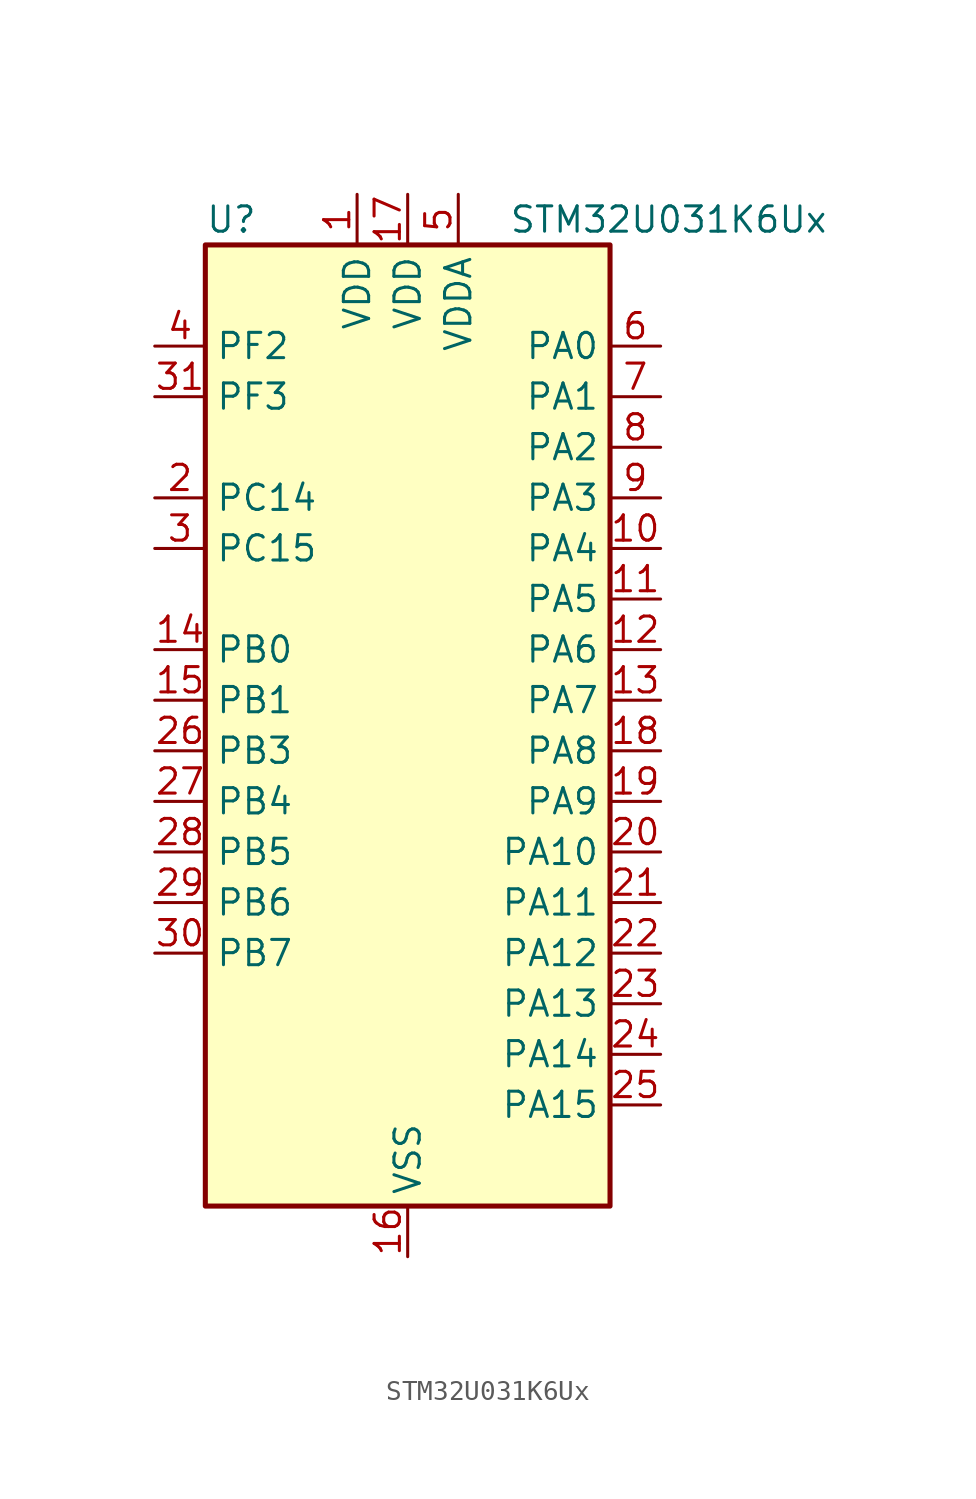
<source format=kicad_sym>
(kicad_symbol_lib
  (version 20241209)
  (generator "kicad_symbol_editor")
  (generator_version "9.0")
  (symbol "STM32U031K6Ux"
    (property "Reference" "U"
      (at -10.16 26.67 0)
      (effects (font (size 1.27 1.27)) (justify left)))
    (property "Value" "STM32U031K6Ux"
      (at 5.08 26.67 0)
      (effects (font (size 1.27 1.27)) (justify left)))
    (symbol "STM32U031K6Ux_0_1"
      (rectangle (start -10.16 -22.86) (end 10.16 25.4) (stroke (width 0.254) (type default)) (fill (type background))))
    (symbol "STM32U031K6Ux_1_1"
      (pin bidirectional line (at -12.7 20.32 0) (length 2.54) (name "PF2" (effects (font (size 1.27 1.27)))) (number "4" (effects (font (size 1.27 1.27)))) (alternate "RCC_MCO" bidirectional line))
      (pin bidirectional line (at -12.7 17.78 0) (length 2.54) (name "PF3" (effects (font (size 1.27 1.27)))) (number "31" (effects (font (size 1.27 1.27)))))
      (pin bidirectional line (at -12.7 12.7 0) (length 2.54) (name "PC14" (effects (font (size 1.27 1.27)))) (number "2" (effects (font (size 1.27 1.27)))) (alternate "RCC_OSC32_IN" bidirectional line))
      (pin bidirectional line (at -12.7 10.16 0) (length 2.54) (name "PC15" (effects (font (size 1.27 1.27)))) (number "3" (effects (font (size 1.27 1.27)))) (alternate "RCC_OSC32_EN" bidirectional line) (alternate "RCC_OSC32_OUT" bidirectional line) (alternate "RCC_OSC_EN" bidirectional line))
      (pin bidirectional line (at -12.7 5.08 0) (length 2.54) (name "PB0" (effects (font (size 1.27 1.27)))) (number "14" (effects (font (size 1.27 1.27)))) (alternate "ADC1_IN17" bidirectional line) (alternate "COMP1_OUT" bidirectional line) (alternate "LPUART2_CTS" bidirectional line) (alternate "SPI1_NSS" bidirectional line) (alternate "TIM1_CH2N" bidirectional line) (alternate "TIM3_CH3" bidirectional line) (alternate "TSC_G5_IO2" bidirectional line) (alternate "USART3_CK" bidirectional line))
      (pin bidirectional line (at -12.7 2.54 0) (length 2.54) (name "PB1" (effects (font (size 1.27 1.27)))) (number "15" (effects (font (size 1.27 1.27)))) (alternate "ADC1_IN18" bidirectional line) (alternate "COMP1_INM" bidirectional line) (alternate "LPTIM2_IN1" bidirectional line) (alternate "LPUART1_DE" bidirectional line) (alternate "LPUART1_RTS" bidirectional line) (alternate "LPUART2_DE" bidirectional line) (alternate "LPUART2_RTS" bidirectional line) (alternate "TIM1_CH3N" bidirectional line) (alternate "TIM3_CH4" bidirectional line) (alternate "TSC_SYNC" bidirectional line) (alternate "USART3_DE" bidirectional line) (alternate "USART3_RTS" bidirectional line))
      (pin bidirectional line (at -12.7 0 0) (length 2.54) (name "PB3" (effects (font (size 1.27 1.27)))) (number "26" (effects (font (size 1.27 1.27)))) (alternate "DEBUG_JTDO-SWO" bidirectional line) (alternate "I2C2_SCL" bidirectional line) (alternate "I2C3_SCL" bidirectional line) (alternate "LPTIM1_CH3" bidirectional line) (alternate "SPI1_SCK" bidirectional line) (alternate "TIM2_CH2" bidirectional line) (alternate "USART1_DE" bidirectional line) (alternate "USART1_RTS" bidirectional line))
      (pin bidirectional line (at -12.7 -2.54 0) (length 2.54) (name "PB4" (effects (font (size 1.27 1.27)))) (number "27" (effects (font (size 1.27 1.27)))) (alternate "I2C2_SDA" bidirectional line) (alternate "I2C3_SDA" bidirectional line) (alternate "LPTIM1_CH4" bidirectional line) (alternate "SPI1_MISO" bidirectional line) (alternate "TIM3_CH1" bidirectional line) (alternate "TSC_G2_IO1" bidirectional line) (alternate "USART1_CTS" bidirectional line))
      (pin bidirectional line (at -12.7 -5.08 0) (length 2.54) (name "PB5" (effects (font (size 1.27 1.27)))) (number "28" (effects (font (size 1.27 1.27)))) (alternate "LPTIM1_IN1" bidirectional line) (alternate "SPI1_MOSI" bidirectional line) (alternate "TIM16_BKIN" bidirectional line) (alternate "TIM3_CH2" bidirectional line) (alternate "TSC_G2_IO2" bidirectional line) (alternate "USART1_CK" bidirectional line))
      (pin bidirectional line (at -12.7 -7.62 0) (length 2.54) (name "PB6" (effects (font (size 1.27 1.27)))) (number "29" (effects (font (size 1.27 1.27)))) (alternate "I2C1_SCL" bidirectional line) (alternate "I2C2_SCL" bidirectional line) (alternate "LPTIM1_ETR" bidirectional line) (alternate "LPUART2_TX" bidirectional line) (alternate "TIM16_CH1N" bidirectional line) (alternate "TSC_G2_IO3" bidirectional line) (alternate "USART1_TX" bidirectional line))
      (pin bidirectional line (at -12.7 -10.16 0) (length 2.54) (name "PB7" (effects (font (size 1.27 1.27)))) (number "30" (effects (font (size 1.27 1.27)))) (alternate "I2C1_SDA" bidirectional line) (alternate "I2C2_SDA" bidirectional line) (alternate "LPTIM1_IN2" bidirectional line) (alternate "LPUART2_RX" bidirectional line) (alternate "TSC_G2_IO4" bidirectional line) (alternate "USART1_RX" bidirectional line) (alternate "USART4_CTS" bidirectional line))
      (pin power_in line (at -2.54 27.94 270) (length 2.54) (name "VDD" (effects (font (size 1.27 1.27)))) (number "1" (effects (font (size 1.27 1.27)))))
      (pin power_in line (at 0 27.94 270) (length 2.54) (name "VDD" (effects (font (size 1.27 1.27)))) (number "17" (effects (font (size 1.27 1.27)))))
      (pin power_in line (at 0 -25.4 90) (length 2.54) (name "VSS" (effects (font (size 1.27 1.27)))) (number "16" (effects (font (size 1.27 1.27)))))
      (pin passive line (at 0 -25.4 90) (length 2.54) (hide yes) (name "VSS" (effects (font (size 1.27 1.27)))) (number "32" (effects (font (size 1.27 1.27)))))
      (pin passive line (at 0 -25.4 90) (length 2.54) (hide yes) (name "VSS" (effects (font (size 1.27 1.27)))) (number "33" (effects (font (size 1.27 1.27)))))
      (pin power_in line (at 2.54 27.94 270) (length 2.54) (name "VDDA" (effects (font (size 1.27 1.27)))) (number "5" (effects (font (size 1.27 1.27)))))
      (pin bidirectional line (at 12.7 20.32 180) (length 2.54) (name "PA0" (effects (font (size 1.27 1.27)))) (number "6" (effects (font (size 1.27 1.27)))) (alternate "ADC1_IN4" bidirectional line) (alternate "COMP1_INM" bidirectional line) (alternate "COMP1_OUT" bidirectional line) (alternate "OPAMP1_VINP" bidirectional line) (alternate "PWR_WKUP1" bidirectional line) (alternate "TAMP_IN2" bidirectional line) (alternate "TIM2_CH1" bidirectional line) (alternate "TIM2_ETR" bidirectional line) (alternate "USART2_CTS" bidirectional line) (alternate "USART4_TX" bidirectional line))
      (pin bidirectional line (at 12.7 17.78 180) (length 2.54) (name "PA1" (effects (font (size 1.27 1.27)))) (number "7" (effects (font (size 1.27 1.27)))) (alternate "ADC1_IN5" bidirectional line) (alternate "COMP1_INP" bidirectional line) (alternate "LPTIM1_CH2" bidirectional line) (alternate "OPAMP1_VINM" bidirectional line) (alternate "PWR_WKUP3" bidirectional line) (alternate "SPI1_SCK" bidirectional line) (alternate "SPI2_SCK" bidirectional line) (alternate "TAMP_IN5" bidirectional line) (alternate "TIM15_CH1N" bidirectional line) (alternate "TIM2_CH2" bidirectional line) (alternate "USART2_DE" bidirectional line) (alternate "USART2_RTS" bidirectional line) (alternate "USART4_RX" bidirectional line))
      (pin bidirectional line (at 12.7 15.24 180) (length 2.54) (name "PA2" (effects (font (size 1.27 1.27)))) (number "8" (effects (font (size 1.27 1.27)))) (alternate "ADC1_IN6" bidirectional line) (alternate "LPUART1_TX" bidirectional line) (alternate "PWR_WKUP4" bidirectional line) (alternate "RCC_LSCO" bidirectional line) (alternate "TIM15_CH1" bidirectional line) (alternate "TIM2_CH3" bidirectional line) (alternate "USART2_TX" bidirectional line))
      (pin bidirectional line (at 12.7 12.7 180) (length 2.54) (name "PA3" (effects (font (size 1.27 1.27)))) (number "9" (effects (font (size 1.27 1.27)))) (alternate "ADC1_IN7" bidirectional line) (alternate "LPUART1_RX" bidirectional line) (alternate "OPAMP1_VOUT" bidirectional line) (alternate "TIM15_CH2" bidirectional line) (alternate "TIM2_CH4" bidirectional line) (alternate "USART2_RX" bidirectional line))
      (pin bidirectional line (at 12.7 10.16 180) (length 2.54) (name "PA4" (effects (font (size 1.27 1.27)))) (number "10" (effects (font (size 1.27 1.27)))) (alternate "ADC1_IN8" bidirectional line) (alternate "COMP1_INM" bidirectional line) (alternate "DAC1_OUT1" bidirectional line) (alternate "LPTIM2_CH1" bidirectional line) (alternate "SPI1_NSS" bidirectional line) (alternate "USART2_CK" bidirectional line))
      (pin bidirectional line (at 12.7 7.62 180) (length 2.54) (name "PA5" (effects (font (size 1.27 1.27)))) (number "11" (effects (font (size 1.27 1.27)))) (alternate "ADC1_IN9" bidirectional line) (alternate "COMP1_INM" bidirectional line) (alternate "LPTIM2_ETR" bidirectional line) (alternate "SPI1_SCK" bidirectional line) (alternate "TIM2_CH1" bidirectional line) (alternate "TIM2_ETR" bidirectional line) (alternate "USART3_TX" bidirectional line))
      (pin bidirectional line (at 12.7 5.08 180) (length 2.54) (name "PA6" (effects (font (size 1.27 1.27)))) (number "12" (effects (font (size 1.27 1.27)))) (alternate "ADC1_IN10" bidirectional line) (alternate "COMP1_OUT" bidirectional line) (alternate "I2C2_SDA" bidirectional line) (alternate "I2C3_SDA" bidirectional line) (alternate "LPUART1_CTS" bidirectional line) (alternate "SPI1_MISO" bidirectional line) (alternate "TIM16_CH1" bidirectional line) (alternate "TIM1_BKIN" bidirectional line) (alternate "TIM3_CH1" bidirectional line) (alternate "TSC_G5_IO1" bidirectional line) (alternate "USART3_CTS" bidirectional line))
      (pin bidirectional line (at 12.7 2.54 180) (length 2.54) (name "PA7" (effects (font (size 1.27 1.27)))) (number "13" (effects (font (size 1.27 1.27)))) (alternate "ADC1_IN14" bidirectional line) (alternate "I2C2_SCL" bidirectional line) (alternate "I2C3_SCL" bidirectional line) (alternate "LPTIM2_CH2" bidirectional line) (alternate "SPI1_MOSI" bidirectional line) (alternate "TIM1_CH1N" bidirectional line) (alternate "TIM3_CH2" bidirectional line) (alternate "USART3_RX" bidirectional line))
      (pin bidirectional line (at 12.7 0 180) (length 2.54) (name "PA8" (effects (font (size 1.27 1.27)))) (number "18" (effects (font (size 1.27 1.27)))) (alternate "LPTIM2_CH1" bidirectional line) (alternate "RCC_MCO" bidirectional line) (alternate "RCC_MCO2" bidirectional line) (alternate "TIM1_CH1" bidirectional line) (alternate "TSC_G7_IO1" bidirectional line) (alternate "USART1_CK" bidirectional line))
      (pin bidirectional line (at 12.7 -2.54 180) (length 2.54) (name "PA9" (effects (font (size 1.27 1.27)))) (number "19" (effects (font (size 1.27 1.27)))) (alternate "COMP1_INP" bidirectional line) (alternate "DAC1_EXTI9" bidirectional line) (alternate "I2C1_SCL" bidirectional line) (alternate "I2C2_SCL" bidirectional line) (alternate "RCC_MCO" bidirectional line) (alternate "TIM15_BKIN" bidirectional line) (alternate "TIM1_CH2" bidirectional line) (alternate "TSC_G7_IO2" bidirectional line) (alternate "USART1_TX" bidirectional line))
      (pin bidirectional line (at 12.7 -5.08 180) (length 2.54) (name "PA10" (effects (font (size 1.27 1.27)))) (number "20" (effects (font (size 1.27 1.27)))) (alternate "I2C1_SDA" bidirectional line) (alternate "I2C2_SDA" bidirectional line) (alternate "RCC_MCO2" bidirectional line) (alternate "SPI2_NSS" bidirectional line) (alternate "TIM1_CH3" bidirectional line) (alternate "TSC_G7_IO3" bidirectional line) (alternate "USART1_RX" bidirectional line))
      (pin bidirectional line (at 12.7 -7.62 180) (length 2.54) (name "PA11" (effects (font (size 1.27 1.27)))) (number "21" (effects (font (size 1.27 1.27)))) (alternate "ADC1_EXTI11" bidirectional line) (alternate "COMP1_OUT" bidirectional line) (alternate "SPI1_MISO" bidirectional line) (alternate "SPI2_MISO" bidirectional line) (alternate "TIM1_BKIN2" bidirectional line) (alternate "TIM1_CH4" bidirectional line) (alternate "USART1_CTS" bidirectional line))
      (pin bidirectional line (at 12.7 -10.16 180) (length 2.54) (name "PA12" (effects (font (size 1.27 1.27)))) (number "22" (effects (font (size 1.27 1.27)))) (alternate "SPI1_MOSI" bidirectional line) (alternate "SPI2_MOSI" bidirectional line) (alternate "TIM1_ETR" bidirectional line) (alternate "USART1_DE" bidirectional line) (alternate "USART1_RTS" bidirectional line))
      (pin bidirectional line (at 12.7 -12.7 180) (length 2.54) (name "PA13" (effects (font (size 1.27 1.27)))) (number "23" (effects (font (size 1.27 1.27)))) (alternate "DEBUG_JTMS-SWDIO" bidirectional line) (alternate "IR_OUT" bidirectional line) (alternate "TSC_G7_IO4" bidirectional line))
      (pin bidirectional line (at 12.7 -15.24 180) (length 2.54) (name "PA14" (effects (font (size 1.27 1.27)))) (number "24" (effects (font (size 1.27 1.27)))) (alternate "DEBUG_JTCK-SWCLK" bidirectional line) (alternate "LPTIM1_CH1" bidirectional line) (alternate "TSC_G3_IO4" bidirectional line))
      (pin bidirectional line (at 12.7 -17.78 180) (length 2.54) (name "PA15" (effects (font (size 1.27 1.27)))) (number "25" (effects (font (size 1.27 1.27)))) (alternate "DEBUG_JTDI" bidirectional line) (alternate "SPI1_NSS" bidirectional line) (alternate "TIM2_CH1" bidirectional line) (alternate "TIM2_ETR" bidirectional line) (alternate "TSC_G3_IO1" bidirectional line) (alternate "USART2_RX" bidirectional line) (alternate "USART3_DE" bidirectional line) (alternate "USART3_RTS" bidirectional line) (alternate "USART4_DE" bidirectional line) (alternate "USART4_RTS" bidirectional line)))))
</source>
